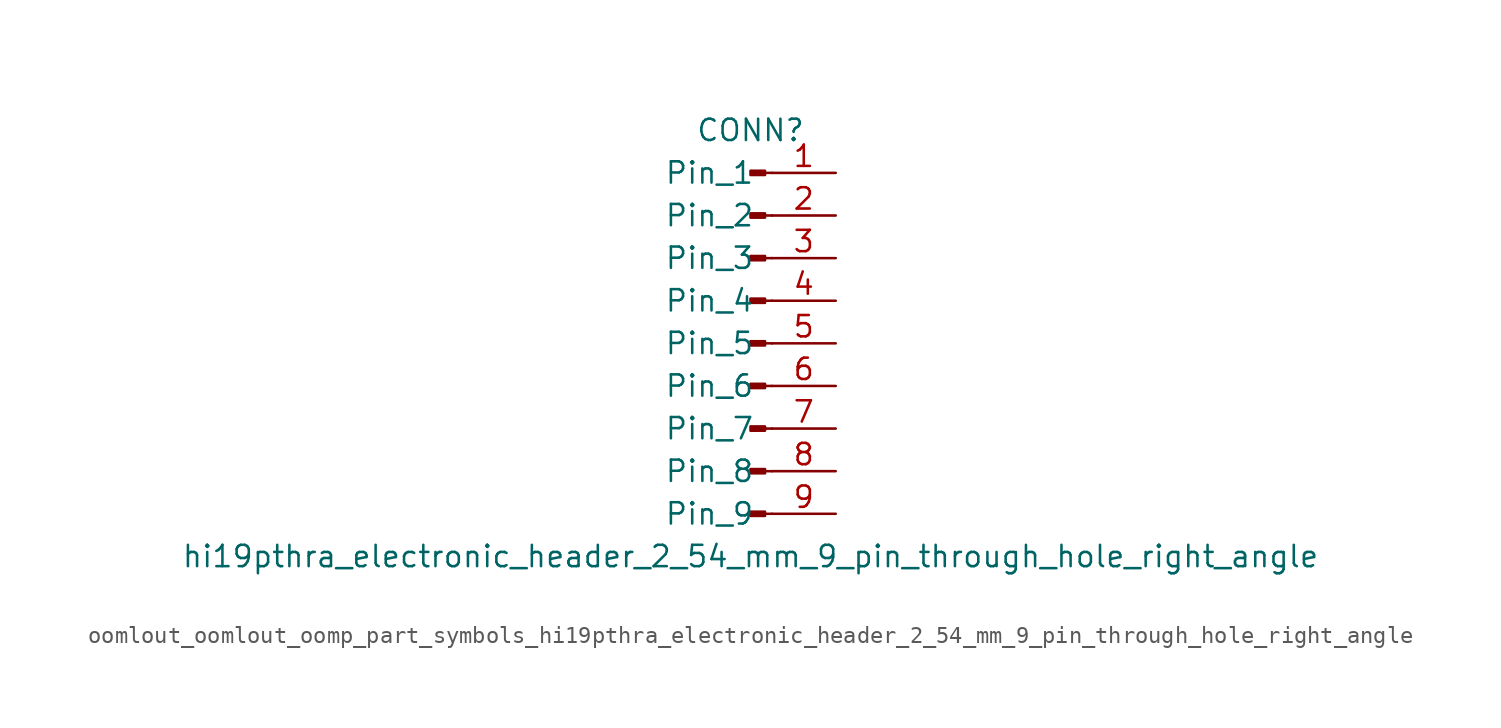
<source format=kicad_sym>
(kicad_symbol_lib
  (version 20220914)
  (generator kicad_symbol_editor)
  (symbol "oomlout_oomlout_oomp_part_symbols_hi19pthra_electronic_header_2_54_mm_9_pin_through_hole_right_angle"
    (pin_names
      (offset 1.016))
    (property "Reference" "CONN"
      (at 0 12.7 0)
      (effects (font (size 1.27 1.27))))
    (property "Value" "hi19pthra_electronic_header_2_54_mm_9_pin_through_hole_right_angle"
      (at 0 -12.7 0)
      (effects (font (size 1.27 1.27))))
    (property "ki_locked" ""
      (at 0 0 0)
      (effects (font (size 1.27 1.27))))
    (symbol "oomlout_oomlout_oomp_part_symbols_hi19pthra_electronic_header_2_54_mm_9_pin_through_hole_right_angle_1_1"
      (polyline (pts (xy 1.27 -10.16) (xy 0.864 -10.16)) (stroke (width 0.152) (type default)) (fill (type none)))
      (polyline (pts (xy 1.27 -7.62) (xy 0.864 -7.62)) (stroke (width 0.152) (type default)) (fill (type none)))
      (polyline (pts (xy 1.27 -5.08) (xy 0.864 -5.08)) (stroke (width 0.152) (type default)) (fill (type none)))
      (polyline (pts (xy 1.27 -2.54) (xy 0.864 -2.54)) (stroke (width 0.152) (type default)) (fill (type none)))
      (polyline (pts (xy 1.27 0) (xy 0.864 0)) (stroke (width 0.152) (type default)) (fill (type none)))
      (polyline (pts (xy 1.27 2.54) (xy 0.864 2.54)) (stroke (width 0.152) (type default)) (fill (type none)))
      (polyline (pts (xy 1.27 5.08) (xy 0.864 5.08)) (stroke (width 0.152) (type default)) (fill (type none)))
      (polyline (pts (xy 1.27 7.62) (xy 0.864 7.62)) (stroke (width 0.152) (type default)) (fill (type none)))
      (polyline (pts (xy 1.27 10.16) (xy 0.864 10.16)) (stroke (width 0.152) (type default)) (fill (type none)))
      (rectangle (start 0.864 -10.033) (end 0 -10.287) (stroke (width 0.152) (type default)) (fill (type outline)))
      (rectangle (start 0.864 -7.493) (end 0 -7.747) (stroke (width 0.152) (type default)) (fill (type outline)))
      (rectangle (start 0.864 -4.953) (end 0 -5.207) (stroke (width 0.152) (type default)) (fill (type outline)))
      (rectangle (start 0.864 -2.413) (end 0 -2.667) (stroke (width 0.152) (type default)) (fill (type outline)))
      (rectangle (start 0.864 0.127) (end 0 -0.127) (stroke (width 0.152) (type default)) (fill (type outline)))
      (rectangle (start 0.864 2.667) (end 0 2.413) (stroke (width 0.152) (type default)) (fill (type outline)))
      (rectangle (start 0.864 5.207) (end 0 4.953) (stroke (width 0.152) (type default)) (fill (type outline)))
      (rectangle (start 0.864 7.747) (end 0 7.493) (stroke (width 0.152) (type default)) (fill (type outline)))
      (rectangle (start 0.864 10.287) (end 0 10.033) (stroke (width 0.152) (type default)) (fill (type outline)))
      (pin passive line (at 5.08 10.16 180) (length 3.81) (name "Pin_1" (effects (font (size 1.27 1.27)))) (number "1" (effects (font (size 1.27 1.27)))))
      (pin passive line (at 5.08 7.62 180) (length 3.81) (name "Pin_2" (effects (font (size 1.27 1.27)))) (number "2" (effects (font (size 1.27 1.27)))))
      (pin passive line (at 5.08 5.08 180) (length 3.81) (name "Pin_3" (effects (font (size 1.27 1.27)))) (number "3" (effects (font (size 1.27 1.27)))))
      (pin passive line (at 5.08 2.54 180) (length 3.81) (name "Pin_4" (effects (font (size 1.27 1.27)))) (number "4" (effects (font (size 1.27 1.27)))))
      (pin passive line (at 5.08 0 180) (length 3.81) (name "Pin_5" (effects (font (size 1.27 1.27)))) (number "5" (effects (font (size 1.27 1.27)))))
      (pin passive line (at 5.08 -2.54 180) (length 3.81) (name "Pin_6" (effects (font (size 1.27 1.27)))) (number "6" (effects (font (size 1.27 1.27)))))
      (pin passive line (at 5.08 -5.08 180) (length 3.81) (name "Pin_7" (effects (font (size 1.27 1.27)))) (number "7" (effects (font (size 1.27 1.27)))))
      (pin passive line (at 5.08 -7.62 180) (length 3.81) (name "Pin_8" (effects (font (size 1.27 1.27)))) (number "8" (effects (font (size 1.27 1.27)))))
      (pin passive line (at 5.08 -10.16 180) (length 3.81) (name "Pin_9" (effects (font (size 1.27 1.27)))) (number "9" (effects (font (size 1.27 1.27))))))))
</source>
